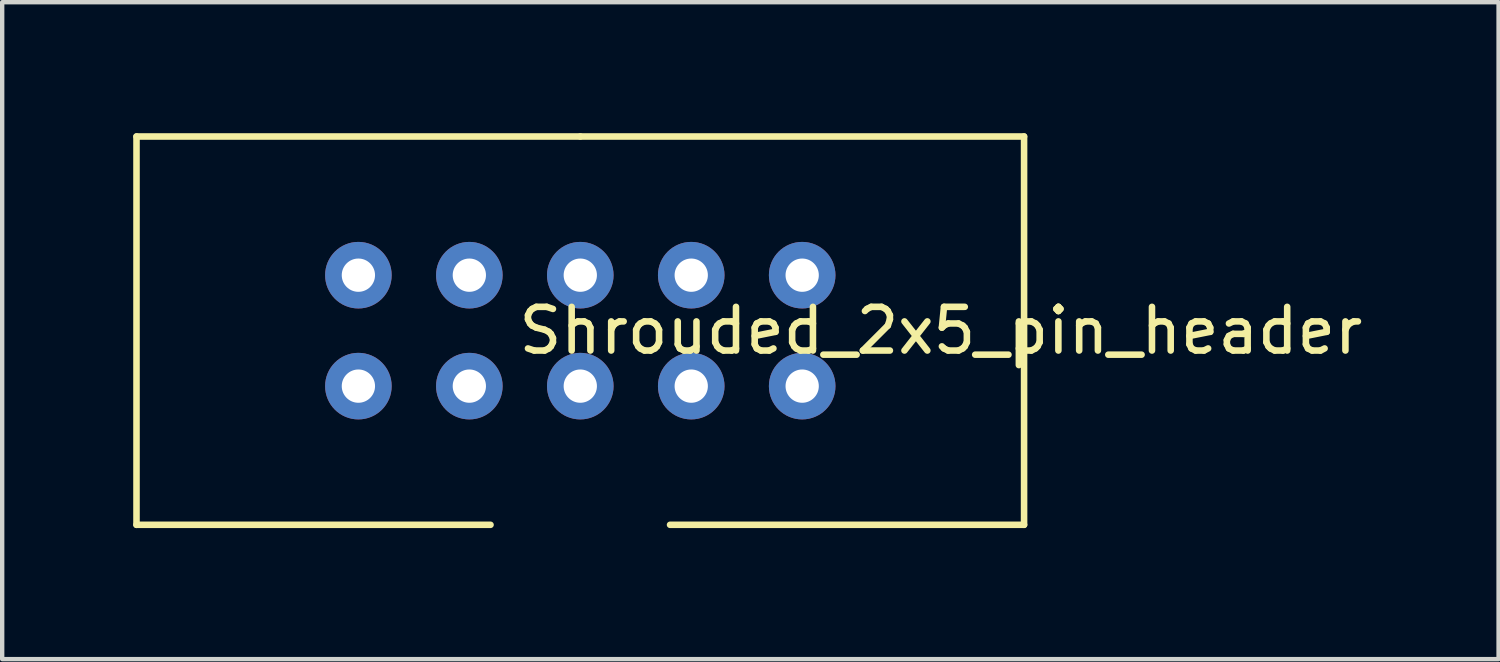
<source format=kicad_pcb>
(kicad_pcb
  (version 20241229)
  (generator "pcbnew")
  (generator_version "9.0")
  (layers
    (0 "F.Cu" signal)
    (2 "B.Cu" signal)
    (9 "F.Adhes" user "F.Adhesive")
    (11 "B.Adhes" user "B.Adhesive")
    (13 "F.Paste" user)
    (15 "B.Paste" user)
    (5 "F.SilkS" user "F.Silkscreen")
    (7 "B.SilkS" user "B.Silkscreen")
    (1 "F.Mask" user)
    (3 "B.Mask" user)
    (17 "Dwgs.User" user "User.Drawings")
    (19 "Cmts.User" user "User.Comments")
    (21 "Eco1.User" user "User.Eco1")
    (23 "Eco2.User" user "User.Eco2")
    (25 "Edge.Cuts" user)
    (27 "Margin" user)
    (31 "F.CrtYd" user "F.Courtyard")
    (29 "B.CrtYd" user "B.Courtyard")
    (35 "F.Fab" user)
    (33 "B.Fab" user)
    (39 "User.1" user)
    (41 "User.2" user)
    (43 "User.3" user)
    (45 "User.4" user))
  (footprint "Shrouded_2x5_pin_header"
    (layer "F.Cu")
    (at 10.235 4.52)
    (property "Reference" "Shrouded_2x5_pin_header" (at 8.255 0 180) (layer "F.SilkS") (effects (font (size 1 1) (thickness 0.15))))
    (attr through_hole)
    (fp_line (start -10.16 4.445) (end -10.16 -4.445) (stroke (width 0.15) (type solid)) (layer "F.SilkS"))
    (fp_line (start -2.055 4.445) (end -10.16 4.445) (stroke (width 0.15) (type solid)) (layer "F.SilkS"))
    (fp_line (start 0 -4.445) (end -10.16 -4.445) (stroke (width 0.15) (type solid)) (layer "F.SilkS"))
    (fp_line (start 0 -4.445) (end 10.16 -4.445) (stroke (width 0.15) (type solid)) (layer "F.SilkS"))
    (fp_line (start 10.16 -4.445) (end 10.16 4.445) (stroke (width 0.15) (type solid)) (layer "F.SilkS"))
    (fp_line (start 10.16 4.445) (end 2.055 4.445) (stroke (width 0.15) (type solid)) (layer "F.SilkS"))
    (pad "1" thru_hole circle (at -5.08 1.27) (size 1.524 1.524) (drill 0.762) (layers "*.Cu" "*.Mask"))
    (pad "2" thru_hole circle (at -5.08 -1.27) (size 1.524 1.524) (drill 0.762) (layers "*.Cu" "*.Mask"))
    (pad "3" thru_hole circle (at -2.54 1.27) (size 1.524 1.524) (drill 0.762) (layers "*.Cu" "*.Mask"))
    (pad "4" thru_hole circle (at -2.54 -1.27) (size 1.524 1.524) (drill 0.762) (layers "*.Cu" "*.Mask"))
    (pad "5" thru_hole circle (at 0 1.27) (size 1.524 1.524) (drill 0.762) (layers "*.Cu" "*.Mask"))
    (pad "6" thru_hole circle (at 0 -1.27) (size 1.524 1.524) (drill 0.762) (layers "*.Cu" "*.Mask"))
    (pad "7" thru_hole circle (at 2.54 1.27) (size 1.524 1.524) (drill 0.762) (layers "*.Cu" "*.Mask"))
    (pad "8" thru_hole circle (at 2.54 -1.27) (size 1.524 1.524) (drill 0.762) (layers "*.Cu" "*.Mask"))
    (pad "9" thru_hole circle (at 5.08 1.27) (size 1.524 1.524) (drill 0.762) (layers "*.Cu" "*.Mask"))
    (pad "10" thru_hole circle (at 5.08 -1.27) (size 1.524 1.524) (drill 0.762) (layers "*.Cu" "*.Mask")))
  (gr_rect
    (start -3 -3)
    (end 31.258 12.04)
    (stroke (width 0.1) (type default))
    (fill no)
    (layer "Edge.Cuts")))
</source>
